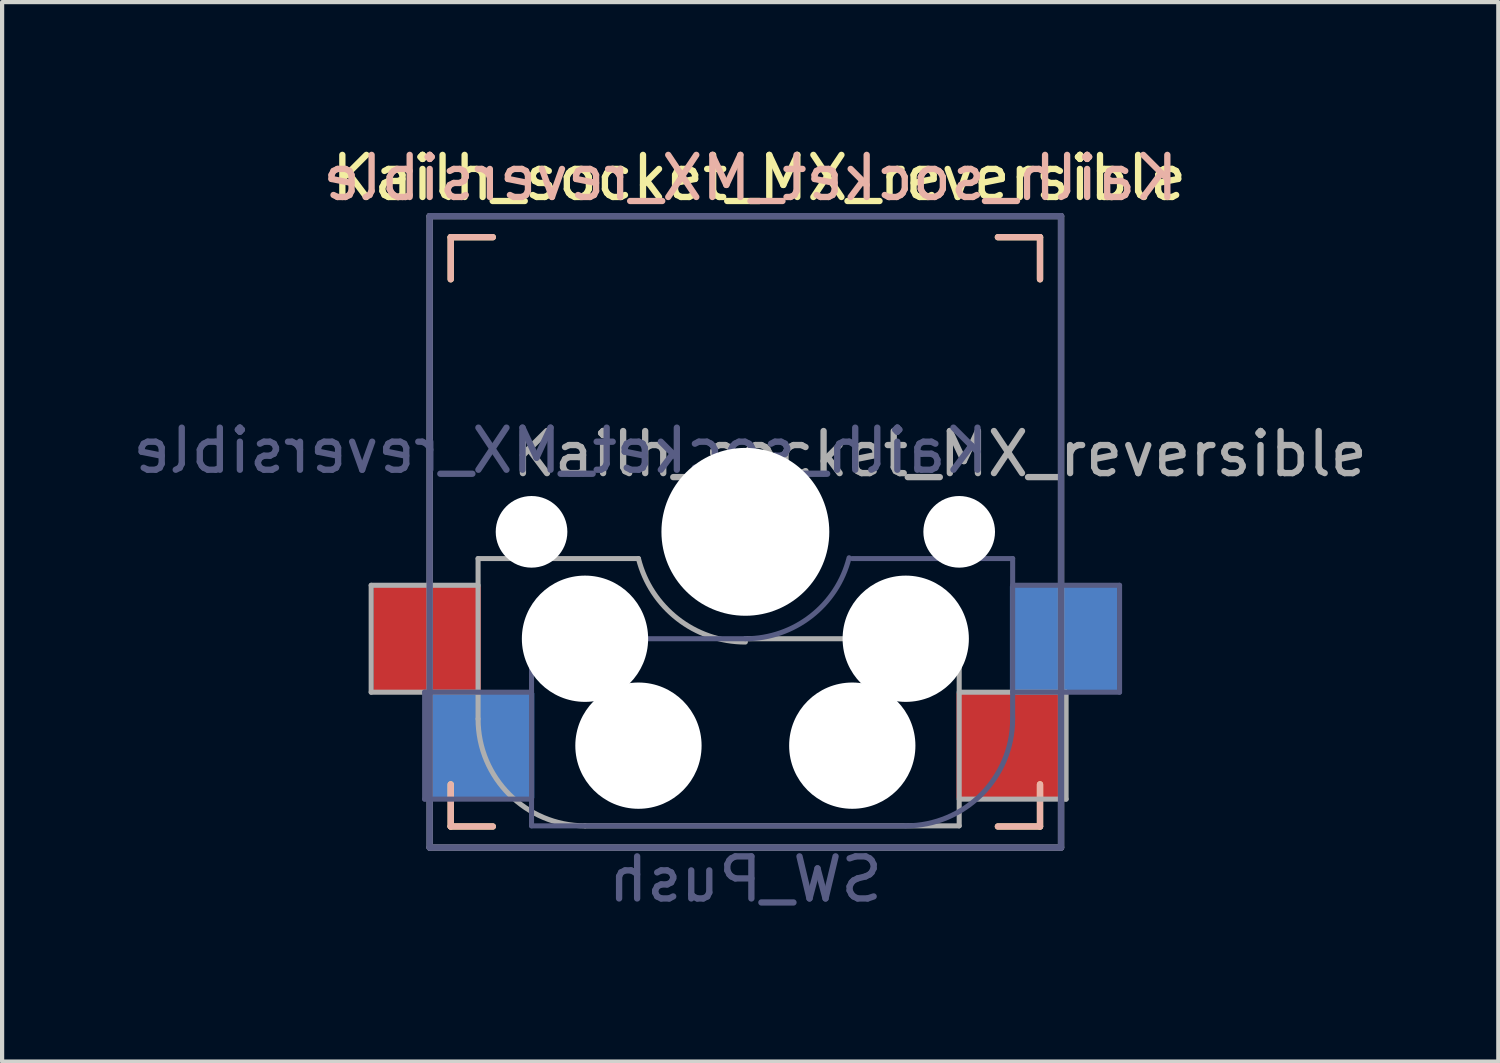
<source format=kicad_pcb>
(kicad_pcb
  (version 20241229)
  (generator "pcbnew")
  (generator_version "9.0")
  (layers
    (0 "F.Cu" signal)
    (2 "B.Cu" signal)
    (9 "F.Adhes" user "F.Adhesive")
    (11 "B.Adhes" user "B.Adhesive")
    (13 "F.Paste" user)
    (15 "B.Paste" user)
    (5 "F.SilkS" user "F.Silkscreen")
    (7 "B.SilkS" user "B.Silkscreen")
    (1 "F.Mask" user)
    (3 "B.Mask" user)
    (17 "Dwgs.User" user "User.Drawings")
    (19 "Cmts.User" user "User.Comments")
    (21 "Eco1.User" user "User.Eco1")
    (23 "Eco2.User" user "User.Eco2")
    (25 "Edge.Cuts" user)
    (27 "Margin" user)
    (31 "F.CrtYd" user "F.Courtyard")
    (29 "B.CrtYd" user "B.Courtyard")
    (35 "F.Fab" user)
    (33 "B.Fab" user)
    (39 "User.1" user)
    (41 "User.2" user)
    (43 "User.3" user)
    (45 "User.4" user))
  (footprint "Kailh_socket_MX_reversible"
    (layer "F.Cu")
    (at 14.658 9.585)
    (property "Reference" "Kailh_socket_MX_reversible" (at 0.33 -8.41 0) (layer "F.SilkS") (effects (font (size 1 1) (thickness 0.15))))
    (property "Value" "SW_Push" (at 0 8.255 0) (layer "F.Fab") (hide yes) (effects (font (size 1 1) (thickness 0.15))))
    (attr through_hole)
    (fp_line (start -7 -7) (end -6 -7) (stroke (width 0.15) (type solid)) (layer "F.SilkS"))
    (fp_line (start -7 -6) (end -7 -7) (stroke (width 0.15) (type solid)) (layer "F.SilkS"))
    (fp_line (start -7 7) (end -7 6) (stroke (width 0.15) (type solid)) (layer "F.SilkS"))
    (fp_line (start -6 7) (end -7 7) (stroke (width 0.15) (type solid)) (layer "F.SilkS"))
    (fp_line (start 6 -7) (end 7 -7) (stroke (width 0.15) (type solid)) (layer "F.SilkS"))
    (fp_line (start 7 -7) (end 7 -6) (stroke (width 0.15) (type solid)) (layer "F.SilkS"))
    (fp_line (start 7 6) (end 7 7) (stroke (width 0.15) (type solid)) (layer "F.SilkS"))
    (fp_line (start 7 7) (end 6 7) (stroke (width 0.15) (type solid)) (layer "F.SilkS"))
    (fp_line (start -7 -7) (end -6 -7) (stroke (width 0.15) (type solid)) (layer "B.SilkS"))
    (fp_line (start -7 -6) (end -7 -7) (stroke (width 0.15) (type solid)) (layer "B.SilkS"))
    (fp_line (start -7 7) (end -7 6) (stroke (width 0.15) (type solid)) (layer "B.SilkS"))
    (fp_line (start -6 7) (end -7 7) (stroke (width 0.15) (type solid)) (layer "B.SilkS"))
    (fp_line (start 6 -7) (end 7 -7) (stroke (width 0.15) (type solid)) (layer "B.SilkS"))
    (fp_line (start 7 -7) (end 7 -6) (stroke (width 0.15) (type solid)) (layer "B.SilkS"))
    (fp_line (start 7 6) (end 7 7) (stroke (width 0.15) (type solid)) (layer "B.SilkS"))
    (fp_line (start 7 7) (end 6 7) (stroke (width 0.15) (type solid)) (layer "B.SilkS"))
    (fp_line (start -9.525 -9.525) (end 9.525 -9.525) (stroke (width 0.12) (type solid)) (layer "Eco2.User"))
    (fp_line (start -9.525 9.525) (end -9.525 -9.525) (stroke (width 0.12) (type solid)) (layer "Eco2.User"))
    (fp_line (start -7.5 -7.5) (end -7.5 7.5) (stroke (width 0.12) (type solid)) (layer "Eco2.User"))
    (fp_line (start -7.5 -7.5) (end 7.5 -7.5) (stroke (width 0.12) (type solid)) (layer "Eco2.User"))
    (fp_line (start -7.5 7.5) (end 7.5 7.5) (stroke (width 0.12) (type solid)) (layer "Eco2.User"))
    (fp_line (start -6.9 6.9) (end -6.9 -6.9) (stroke (width 0.15) (type solid)) (layer "Eco2.User"))
    (fp_line (start -6.9 6.9) (end 6.9 6.9) (stroke (width 0.15) (type solid)) (layer "Eco2.User"))
    (fp_line (start -0.8 -5.85) (end 0.8 -5.85) (stroke (width 0.12) (type solid)) (layer "Eco2.User"))
    (fp_line (start -0.8 -4.25) (end -0.8 -5.85) (stroke (width 0.12) (type solid)) (layer "Eco2.User"))
    (fp_line (start 0.8 -5.85) (end 0.8 -4.25) (stroke (width 0.12) (type solid)) (layer "Eco2.User"))
    (fp_line (start 0.8 -4.25) (end -0.8 -4.25) (stroke (width 0.12) (type solid)) (layer "Eco2.User"))
    (fp_line (start 6.9 -6.9) (end -6.9 -6.9) (stroke (width 0.15) (type solid)) (layer "Eco2.User"))
    (fp_line (start 6.9 -6.9) (end 6.9 6.9) (stroke (width 0.15) (type solid)) (layer "Eco2.User"))
    (fp_line (start 7.5 -7.5) (end 7.5 7.5) (stroke (width 0.15) (type solid)) (layer "Eco2.User"))
    (fp_line (start 9.525 -9.525) (end 9.525 9.525) (stroke (width 0.12) (type solid)) (layer "Eco2.User"))
    (fp_line (start 9.525 9.525) (end -9.525 9.525) (stroke (width 0.12) (type solid)) (layer "Eco2.User"))
    (fp_line (start -7.62 3.81) (end -7.62 6.35) (stroke (width 0.12) (type solid)) (layer "B.Fab"))
    (fp_line (start -7.62 6.35) (end -5.08 6.35) (stroke (width 0.12) (type solid)) (layer "B.Fab"))
    (fp_line (start -7.5 -7.5) (end 7.5 -7.5) (stroke (width 0.15) (type solid)) (layer "B.Fab"))
    (fp_line (start -7.5 7.5) (end -7.5 -7.5) (stroke (width 0.15) (type solid)) (layer "B.Fab"))
    (fp_line (start -5.08 2.54) (end -5.08 6.985) (stroke (width 0.12) (type solid)) (layer "B.Fab"))
    (fp_line (start -5.08 3.81) (end -7.62 3.81) (stroke (width 0.12) (type solid)) (layer "B.Fab"))
    (fp_line (start -5.08 6.985) (end 3.81 6.985) (stroke (width 0.12) (type solid)) (layer "B.Fab"))
    (fp_line (start 0 2.54) (end -5.08 2.54) (stroke (width 0.12) (type solid)) (layer "B.Fab"))
    (fp_line (start 6.35 0.635) (end 2.54 0.635) (stroke (width 0.12) (type solid)) (layer "B.Fab"))
    (fp_line (start 6.35 3.81) (end 8.89 3.81) (stroke (width 0.12) (type solid)) (layer "B.Fab"))
    (fp_line (start 6.35 4.445) (end 6.35 0.635) (stroke (width 0.12) (type solid)) (layer "B.Fab"))
    (fp_line (start 7.5 -7.5) (end 7.5 7.5) (stroke (width 0.15) (type solid)) (layer "B.Fab"))
    (fp_line (start 7.5 7.5) (end -7.5 7.5) (stroke (width 0.15) (type solid)) (layer "B.Fab"))
    (fp_line (start 8.89 1.27) (end 6.35 1.27) (stroke (width 0.12) (type solid)) (layer "B.Fab"))
    (fp_line (start 8.89 3.81) (end 8.89 1.27) (stroke (width 0.12) (type solid)) (layer "B.Fab"))
    (fp_arc (start 2.464162 0.61604) (mid 1.563147 2.002042) (end 0 2.54) (stroke (width 0.12) (type solid)) (layer "B.Fab"))
    (fp_arc (start 6.35 4.445) (mid 5.606051 6.241051) (end 3.81 6.985) (stroke (width 0.12) (type solid)) (layer "B.Fab"))
    (fp_line (start -8.89 1.27) (end -8.89 3.81) (stroke (width 0.12) (type solid)) (layer "F.Fab"))
    (fp_line (start -8.89 3.81) (end -6.35 3.81) (stroke (width 0.12) (type solid)) (layer "F.Fab"))
    (fp_line (start -7.5 -7.5) (end 7.5 -7.5) (stroke (width 0.15) (type solid)) (layer "F.Fab"))
    (fp_line (start -7.5 7.5) (end -7.5 -7.5) (stroke (width 0.15) (type solid)) (layer "F.Fab"))
    (fp_line (start -6.35 0.635) (end -6.35 4.445) (stroke (width 0.12) (type solid)) (layer "F.Fab"))
    (fp_line (start -6.35 1.27) (end -8.89 1.27) (stroke (width 0.12) (type solid)) (layer "F.Fab"))
    (fp_line (start -3.81 6.985) (end 5.08 6.985) (stroke (width 0.12) (type solid)) (layer "F.Fab"))
    (fp_line (start -2.54 0.635) (end -6.35 0.635) (stroke (width 0.12) (type solid)) (layer "F.Fab"))
    (fp_line (start 5.08 2.54) (end 0 2.54) (stroke (width 0.12) (type solid)) (layer "F.Fab"))
    (fp_line (start 5.08 6.35) (end 7.62 6.35) (stroke (width 0.12) (type solid)) (layer "F.Fab"))
    (fp_line (start 5.08 6.985) (end 5.08 2.54) (stroke (width 0.12) (type solid)) (layer "F.Fab"))
    (fp_line (start 7.5 -7.5) (end 7.5 7.5) (stroke (width 0.15) (type solid)) (layer "F.Fab"))
    (fp_line (start 7.5 7.5) (end -7.5 7.5) (stroke (width 0.15) (type solid)) (layer "F.Fab"))
    (fp_line (start 7.62 3.81) (end 5.08 3.81) (stroke (width 0.12) (type solid)) (layer "F.Fab"))
    (fp_line (start 7.62 6.35) (end 7.62 3.81) (stroke (width 0.12) (type solid)) (layer "F.Fab"))
    (fp_arc (start -3.81 6.985) (mid -5.606051 6.241051) (end -6.35 4.445) (stroke (width 0.12) (type solid)) (layer "F.Fab"))
    (fp_arc (start -0.000001 2.618171) (mid -1.611255 2.063656) (end -2.539999 0.634999) (stroke (width 0.12) (type solid)) (layer "F.Fab"))
    (fp_text user "${REFERENCE}" (at 0.12 -8.41 180) (layer "B.SilkS") (effects (font (size 1 1) (thickness 0.15)) (justify mirror)))
    (fp_text user "${VALUE}" (at 0 8.255 0) (layer "B.Fab") (effects (font (size 1 1) (thickness 0.15)) (justify mirror)))
    (fp_text user "${REFERENCE}" (at -4.39 -1.93 180) (layer "B.Fab") (effects (font (size 1 1) (thickness 0.15)) (justify mirror)))
    (fp_text user "${REFERENCE}" (at 4.62 -1.85 0) (layer "F.Fab") (effects (font (size 1 1) (thickness 0.15))))
    (pad "" np_thru_hole circle (at -5.08 0) (size 1.702 1.702) (drill 1.702) (layers "*.Cu" "*.Mask"))
    (pad "" np_thru_hole circle (at -3.81 2.54) (size 3 3) (drill 3) (layers "*.Cu" "*.Mask"))
    (pad "" np_thru_hole circle (at -2.54 5.08) (size 3 3) (drill 3) (layers "*.Cu" "*.Mask"))
    (pad "" np_thru_hole circle (at 0 0) (size 3.988 3.988) (drill 3.988) (layers "*.Cu" "*.Mask"))
    (pad "" np_thru_hole circle (at 2.54 5.08) (size 3 3) (drill 3) (layers "*.Cu" "*.Mask"))
    (pad "" np_thru_hole circle (at 3.81 2.54) (size 3 3) (drill 3) (layers "*.Cu" "*.Mask"))
    (pad "" np_thru_hole circle (at 5.08 0) (size 1.702 1.702) (drill 1.702) (layers "*.Cu" "*.Mask"))
    (pad "1" smd rect (at -6.29 5.08) (size 2.55 2.5) (layers "B.Cu" "B.Mask" "B.Paste"))
    (pad "1" smd rect (at 6.29 5.08) (size 2.55 2.5) (layers "F.Cu" "F.Mask" "F.Paste"))
    (pad "2" smd rect (at -7.56 2.54) (size 2.55 2.5) (layers "F.Cu" "F.Mask" "F.Paste"))
    (pad "2" smd rect (at 7.56 2.54) (size 2.55 2.5) (layers "B.Cu" "B.Mask" "B.Paste")))
  (gr_rect
    (start -3 -3)
    (end 32.546 22.17)
    (stroke (width 0.1) (type default))
    (fill no)
    (layer "Edge.Cuts")))
</source>
